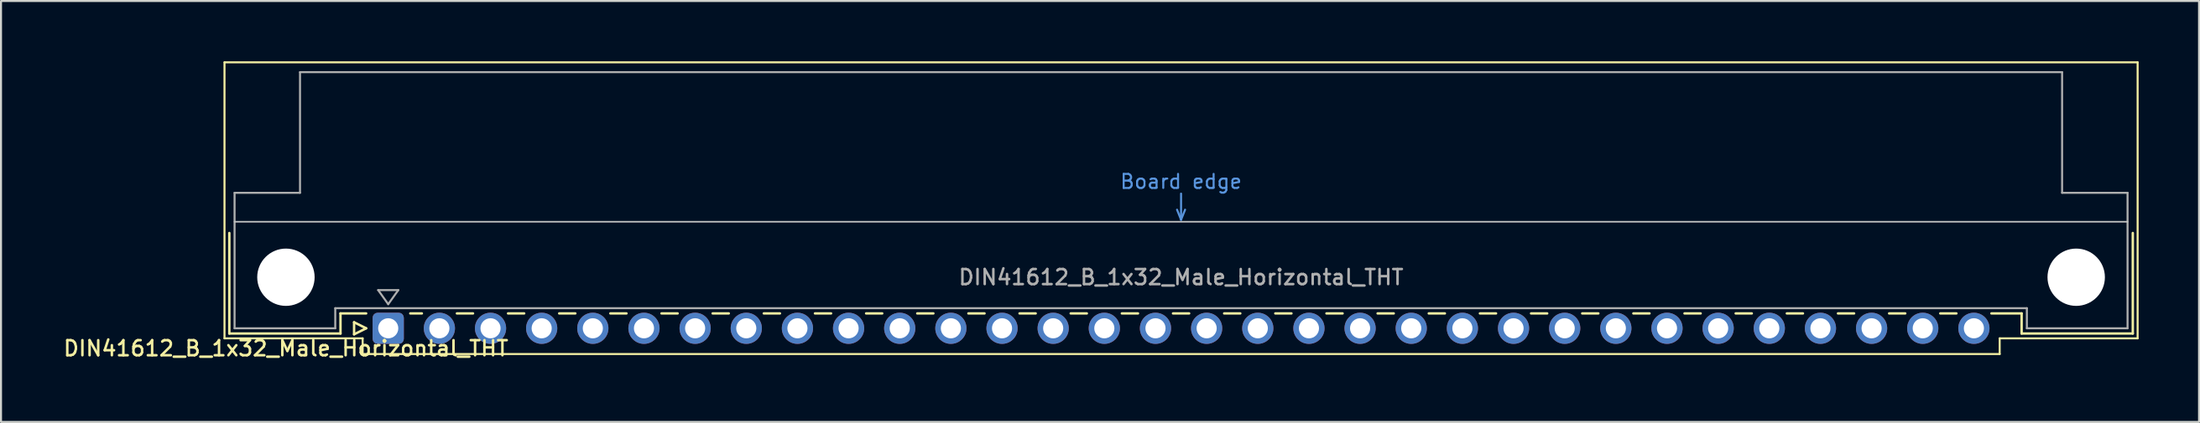
<source format=kicad_pcb>
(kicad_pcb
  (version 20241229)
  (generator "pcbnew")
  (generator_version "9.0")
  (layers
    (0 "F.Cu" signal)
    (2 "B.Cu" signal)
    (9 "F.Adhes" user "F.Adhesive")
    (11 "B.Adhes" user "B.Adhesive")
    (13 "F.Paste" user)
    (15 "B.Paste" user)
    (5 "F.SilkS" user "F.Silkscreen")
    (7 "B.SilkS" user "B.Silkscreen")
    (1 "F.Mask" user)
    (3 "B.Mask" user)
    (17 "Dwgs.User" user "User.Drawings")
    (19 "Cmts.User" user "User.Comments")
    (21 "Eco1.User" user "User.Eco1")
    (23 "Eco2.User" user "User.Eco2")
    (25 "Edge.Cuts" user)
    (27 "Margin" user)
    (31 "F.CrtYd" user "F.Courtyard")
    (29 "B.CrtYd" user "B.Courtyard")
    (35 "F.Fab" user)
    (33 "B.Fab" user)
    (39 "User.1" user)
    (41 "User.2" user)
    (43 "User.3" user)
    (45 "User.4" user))
  (footprint "DIN41612_B_1x32_Male_Horizontal_THT"
    (layer "F.Cu")
    (at 16.228 13.28)
    (property "Reference" "DIN41612_B_1x32_Male_Horizontal_THT" (at -5.08 1 0) (layer "F.SilkS") (effects (font (size 0.75 0.75) (thickness 0.125))))
    (attr through_hole)
    (fp_line (start -8.13 -13.23) (end -8.13 0.5) (stroke (width 0.1) (type solid)) (layer "F.SilkS"))
    (fp_line (start -8.13 0.5) (end -1.27 0.5) (stroke (width 0.1) (type solid)) (layer "F.SilkS"))
    (fp_line (start -7.89 -4.74) (end -7.89 0.26) (stroke (width 0.12) (type solid)) (layer "F.SilkS"))
    (fp_line (start -7.89 0.26) (end -2.37 0.26) (stroke (width 0.12) (type solid)) (layer "F.SilkS"))
    (fp_line (start -2.371 -0.74) (end -1.095 -0.74) (stroke (width 0.12) (type solid)) (layer "F.SilkS"))
    (fp_line (start -2.37 0.26) (end -2.37 -0.74) (stroke (width 0.12) (type solid)) (layer "F.SilkS"))
    (fp_line (start -1.695 -0.3) (end -1.695 0.3) (stroke (width 0.12) (type solid)) (layer "F.SilkS"))
    (fp_line (start -1.695 0.3) (end -1.095 0) (stroke (width 0.12) (type solid)) (layer "F.SilkS"))
    (fp_line (start -1.27 0.5) (end -1.27 1.28) (stroke (width 0.1) (type solid)) (layer "F.SilkS"))
    (fp_line (start -1.27 1.28) (end 80.02 1.28) (stroke (width 0.1) (type solid)) (layer "F.SilkS"))
    (fp_line (start -1.095 0) (end -1.695 -0.3) (stroke (width 0.12) (type solid)) (layer "F.SilkS"))
    (fp_line (start 1.095 -0.74) (end 1.671 -0.74) (stroke (width 0.12) (type solid)) (layer "F.SilkS"))
    (fp_line (start 3.41 -0.74) (end 4.211 -0.74) (stroke (width 0.12) (type solid)) (layer "F.SilkS"))
    (fp_line (start 5.95 -0.74) (end 6.751 -0.74) (stroke (width 0.12) (type solid)) (layer "F.SilkS"))
    (fp_line (start 8.49 -0.74) (end 9.291 -0.74) (stroke (width 0.12) (type solid)) (layer "F.SilkS"))
    (fp_line (start 11.03 -0.74) (end 11.831 -0.74) (stroke (width 0.12) (type solid)) (layer "F.SilkS"))
    (fp_line (start 13.57 -0.74) (end 14.371 -0.74) (stroke (width 0.12) (type solid)) (layer "F.SilkS"))
    (fp_line (start 16.11 -0.74) (end 16.911 -0.74) (stroke (width 0.12) (type solid)) (layer "F.SilkS"))
    (fp_line (start 18.65 -0.74) (end 19.451 -0.74) (stroke (width 0.12) (type solid)) (layer "F.SilkS"))
    (fp_line (start 21.19 -0.74) (end 21.991 -0.74) (stroke (width 0.12) (type solid)) (layer "F.SilkS"))
    (fp_line (start 23.73 -0.74) (end 24.531 -0.74) (stroke (width 0.12) (type solid)) (layer "F.SilkS"))
    (fp_line (start 26.27 -0.74) (end 27.071 -0.74) (stroke (width 0.12) (type solid)) (layer "F.SilkS"))
    (fp_line (start 28.81 -0.74) (end 29.611 -0.74) (stroke (width 0.12) (type solid)) (layer "F.SilkS"))
    (fp_line (start 31.35 -0.74) (end 32.151 -0.74) (stroke (width 0.12) (type solid)) (layer "F.SilkS"))
    (fp_line (start 33.89 -0.74) (end 34.691 -0.74) (stroke (width 0.12) (type solid)) (layer "F.SilkS"))
    (fp_line (start 36.43 -0.74) (end 37.231 -0.74) (stroke (width 0.12) (type solid)) (layer "F.SilkS"))
    (fp_line (start 38.97 -0.74) (end 39.771 -0.74) (stroke (width 0.12) (type solid)) (layer "F.SilkS"))
    (fp_line (start 41.51 -0.74) (end 42.311 -0.74) (stroke (width 0.12) (type solid)) (layer "F.SilkS"))
    (fp_line (start 44.05 -0.74) (end 44.851 -0.74) (stroke (width 0.12) (type solid)) (layer "F.SilkS"))
    (fp_line (start 46.59 -0.74) (end 47.391 -0.74) (stroke (width 0.12) (type solid)) (layer "F.SilkS"))
    (fp_line (start 49.13 -0.74) (end 49.931 -0.74) (stroke (width 0.12) (type solid)) (layer "F.SilkS"))
    (fp_line (start 51.67 -0.74) (end 52.471 -0.74) (stroke (width 0.12) (type solid)) (layer "F.SilkS"))
    (fp_line (start 54.21 -0.74) (end 55.011 -0.74) (stroke (width 0.12) (type solid)) (layer "F.SilkS"))
    (fp_line (start 56.75 -0.74) (end 57.551 -0.74) (stroke (width 0.12) (type solid)) (layer "F.SilkS"))
    (fp_line (start 59.29 -0.74) (end 60.091 -0.74) (stroke (width 0.12) (type solid)) (layer "F.SilkS"))
    (fp_line (start 61.83 -0.74) (end 62.631 -0.74) (stroke (width 0.12) (type solid)) (layer "F.SilkS"))
    (fp_line (start 64.37 -0.74) (end 65.171 -0.74) (stroke (width 0.12) (type solid)) (layer "F.SilkS"))
    (fp_line (start 66.91 -0.74) (end 67.711 -0.74) (stroke (width 0.12) (type solid)) (layer "F.SilkS"))
    (fp_line (start 69.45 -0.74) (end 70.251 -0.74) (stroke (width 0.12) (type solid)) (layer "F.SilkS"))
    (fp_line (start 71.99 -0.74) (end 72.791 -0.74) (stroke (width 0.12) (type solid)) (layer "F.SilkS"))
    (fp_line (start 74.53 -0.74) (end 75.331 -0.74) (stroke (width 0.12) (type solid)) (layer "F.SilkS"))
    (fp_line (start 77.07 -0.74) (end 77.871 -0.74) (stroke (width 0.12) (type solid)) (layer "F.SilkS"))
    (fp_line (start 79.61 -0.74) (end 81.11 -0.74) (stroke (width 0.12) (type solid)) (layer "F.SilkS"))
    (fp_line (start 80.02 0.5) (end 86.87 0.5) (stroke (width 0.1) (type solid)) (layer "F.SilkS"))
    (fp_line (start 80.02 1.28) (end 80.02 0.5) (stroke (width 0.1) (type solid)) (layer "F.SilkS"))
    (fp_line (start 81.11 0.26) (end 81.11 -0.74) (stroke (width 0.12) (type solid)) (layer "F.SilkS"))
    (fp_line (start 86.63 -4.74) (end 86.63 0.26) (stroke (width 0.12) (type solid)) (layer "F.SilkS"))
    (fp_line (start 86.63 0.26) (end 81.11 0.26) (stroke (width 0.12) (type solid)) (layer "F.SilkS"))
    (fp_line (start 86.87 -13.23) (end -8.13 -13.23) (stroke (width 0.1) (type solid)) (layer "F.SilkS"))
    (fp_line (start 86.87 0.5) (end 86.87 -13.23) (stroke (width 0.1) (type solid)) (layer "F.SilkS"))
    (fp_line (start -7.63 -5.3) (end 86.37 -5.3) (stroke (width 0.08) (type solid)) (layer "Dwgs.User"))
    (fp_line (start 39.17 -5.9) (end 39.37 -5.4) (stroke (width 0.1) (type solid)) (layer "Cmts.User"))
    (fp_line (start 39.37 -5.4) (end 39.37 -6.7) (stroke (width 0.1) (type solid)) (layer "Cmts.User"))
    (fp_line (start 39.37 -5.4) (end 39.57 -5.9) (stroke (width 0.1) (type solid)) (layer "Cmts.User"))
    (fp_line (start -7.63 -6.74) (end -7.63 0) (stroke (width 0.1) (type solid)) (layer "F.Fab"))
    (fp_line (start -7.63 0) (end -2.63 0) (stroke (width 0.1) (type solid)) (layer "F.Fab"))
    (fp_line (start -4.38 -12.74) (end -4.38 -6.74) (stroke (width 0.1) (type solid)) (layer "F.Fab"))
    (fp_line (start -4.38 -6.74) (end -7.63 -6.74) (stroke (width 0.1) (type solid)) (layer "F.Fab"))
    (fp_line (start -2.63 -1) (end 81.37 -1) (stroke (width 0.1) (type solid)) (layer "F.Fab"))
    (fp_line (start -2.63 0) (end -2.63 -1) (stroke (width 0.1) (type solid)) (layer "F.Fab"))
    (fp_line (start -0.5 -1.9) (end 0.5 -1.9) (stroke (width 0.1) (type solid)) (layer "F.Fab"))
    (fp_line (start 0 -1.2) (end -0.5 -1.9) (stroke (width 0.1) (type solid)) (layer "F.Fab"))
    (fp_line (start 0.5 -1.9) (end 0 -1.2) (stroke (width 0.1) (type solid)) (layer "F.Fab"))
    (fp_line (start 81.37 -1) (end 81.37 0) (stroke (width 0.1) (type solid)) (layer "F.Fab"))
    (fp_line (start 81.37 0) (end 86.37 0) (stroke (width 0.1) (type solid)) (layer "F.Fab"))
    (fp_line (start 83.12 -12.74) (end -4.38 -12.74) (stroke (width 0.1) (type solid)) (layer "F.Fab"))
    (fp_line (start 83.12 -6.74) (end 83.12 -12.74) (stroke (width 0.1) (type solid)) (layer "F.Fab"))
    (fp_line (start 86.37 -6.74) (end 83.12 -6.74) (stroke (width 0.1) (type solid)) (layer "F.Fab"))
    (fp_line (start 86.37 0) (end 86.37 -6.74) (stroke (width 0.1) (type solid)) (layer "F.Fab"))
    (fp_text user "Board edge" (at 39.37 -7.3 0) (layer "Cmts.User") (effects (font (size 0.7 0.7) (thickness 0.1))))
    (fp_text user "${REFERENCE}" (at 39.37 -2.54 0) (layer "F.Fab") (effects (font (size 0.75 0.75) (thickness 0.125))))
    (pad "" np_thru_hole circle (at -5.08 -2.54) (size 2.85 2.85) (drill 2.85) (layers "*.Cu" "*.Mask"))
    (pad "" np_thru_hole circle (at 83.82 -2.54) (size 2.85 2.85) (drill 2.85) (layers "*.Cu" "*.Mask"))
    (pad "a1" thru_hole roundrect (at 0 0) (size 1.55 1.55) (drill 1) (layers "*.Cu" "*.Mask") (roundrect_rratio 0.161))
    (pad "a2" thru_hole circle (at 2.54 0) (size 1.55 1.55) (drill 1) (layers "*.Cu" "*.Mask"))
    (pad "a3" thru_hole circle (at 5.08 0) (size 1.55 1.55) (drill 1) (layers "*.Cu" "*.Mask"))
    (pad "a4" thru_hole circle (at 7.62 0) (size 1.55 1.55) (drill 1) (layers "*.Cu" "*.Mask"))
    (pad "a5" thru_hole circle (at 10.16 0) (size 1.55 1.55) (drill 1) (layers "*.Cu" "*.Mask"))
    (pad "a6" thru_hole circle (at 12.7 0) (size 1.55 1.55) (drill 1) (layers "*.Cu" "*.Mask"))
    (pad "a7" thru_hole circle (at 15.24 0) (size 1.55 1.55) (drill 1) (layers "*.Cu" "*.Mask"))
    (pad "a8" thru_hole circle (at 17.78 0) (size 1.55 1.55) (drill 1) (layers "*.Cu" "*.Mask"))
    (pad "a9" thru_hole circle (at 20.32 0) (size 1.55 1.55) (drill 1) (layers "*.Cu" "*.Mask"))
    (pad "a10" thru_hole circle (at 22.86 0) (size 1.55 1.55) (drill 1) (layers "*.Cu" "*.Mask"))
    (pad "a11" thru_hole circle (at 25.4 0) (size 1.55 1.55) (drill 1) (layers "*.Cu" "*.Mask"))
    (pad "a12" thru_hole circle (at 27.94 0) (size 1.55 1.55) (drill 1) (layers "*.Cu" "*.Mask"))
    (pad "a13" thru_hole circle (at 30.48 0) (size 1.55 1.55) (drill 1) (layers "*.Cu" "*.Mask"))
    (pad "a14" thru_hole circle (at 33.02 0) (size 1.55 1.55) (drill 1) (layers "*.Cu" "*.Mask"))
    (pad "a15" thru_hole circle (at 35.56 0) (size 1.55 1.55) (drill 1) (layers "*.Cu" "*.Mask"))
    (pad "a16" thru_hole circle (at 38.1 0) (size 1.55 1.55) (drill 1) (layers "*.Cu" "*.Mask"))
    (pad "a17" thru_hole circle (at 40.64 0) (size 1.55 1.55) (drill 1) (layers "*.Cu" "*.Mask"))
    (pad "a18" thru_hole circle (at 43.18 0) (size 1.55 1.55) (drill 1) (layers "*.Cu" "*.Mask"))
    (pad "a19" thru_hole circle (at 45.72 0) (size 1.55 1.55) (drill 1) (layers "*.Cu" "*.Mask"))
    (pad "a20" thru_hole circle (at 48.26 0) (size 1.55 1.55) (drill 1) (layers "*.Cu" "*.Mask"))
    (pad "a21" thru_hole circle (at 50.8 0) (size 1.55 1.55) (drill 1) (layers "*.Cu" "*.Mask"))
    (pad "a22" thru_hole circle (at 53.34 0) (size 1.55 1.55) (drill 1) (layers "*.Cu" "*.Mask"))
    (pad "a23" thru_hole circle (at 55.88 0) (size 1.55 1.55) (drill 1) (layers "*.Cu" "*.Mask"))
    (pad "a24" thru_hole circle (at 58.42 0) (size 1.55 1.55) (drill 1) (layers "*.Cu" "*.Mask"))
    (pad "a25" thru_hole circle (at 60.96 0) (size 1.55 1.55) (drill 1) (layers "*.Cu" "*.Mask"))
    (pad "a26" thru_hole circle (at 63.5 0) (size 1.55 1.55) (drill 1) (layers "*.Cu" "*.Mask"))
    (pad "a27" thru_hole circle (at 66.04 0) (size 1.55 1.55) (drill 1) (layers "*.Cu" "*.Mask"))
    (pad "a28" thru_hole circle (at 68.58 0) (size 1.55 1.55) (drill 1) (layers "*.Cu" "*.Mask"))
    (pad "a29" thru_hole circle (at 71.12 0) (size 1.55 1.55) (drill 1) (layers "*.Cu" "*.Mask"))
    (pad "a30" thru_hole circle (at 73.66 0) (size 1.55 1.55) (drill 1) (layers "*.Cu" "*.Mask"))
    (pad "a31" thru_hole circle (at 76.2 0) (size 1.55 1.55) (drill 1) (layers "*.Cu" "*.Mask"))
    (pad "a32" thru_hole circle (at 78.74 0) (size 1.55 1.55) (drill 1) (layers "*.Cu" "*.Mask")))
  (gr_rect
    (start -3 -3)
    (end 106.148 17.938)
    (stroke (width 0.1) (type default))
    (fill no)
    (layer "Edge.Cuts")))
</source>
